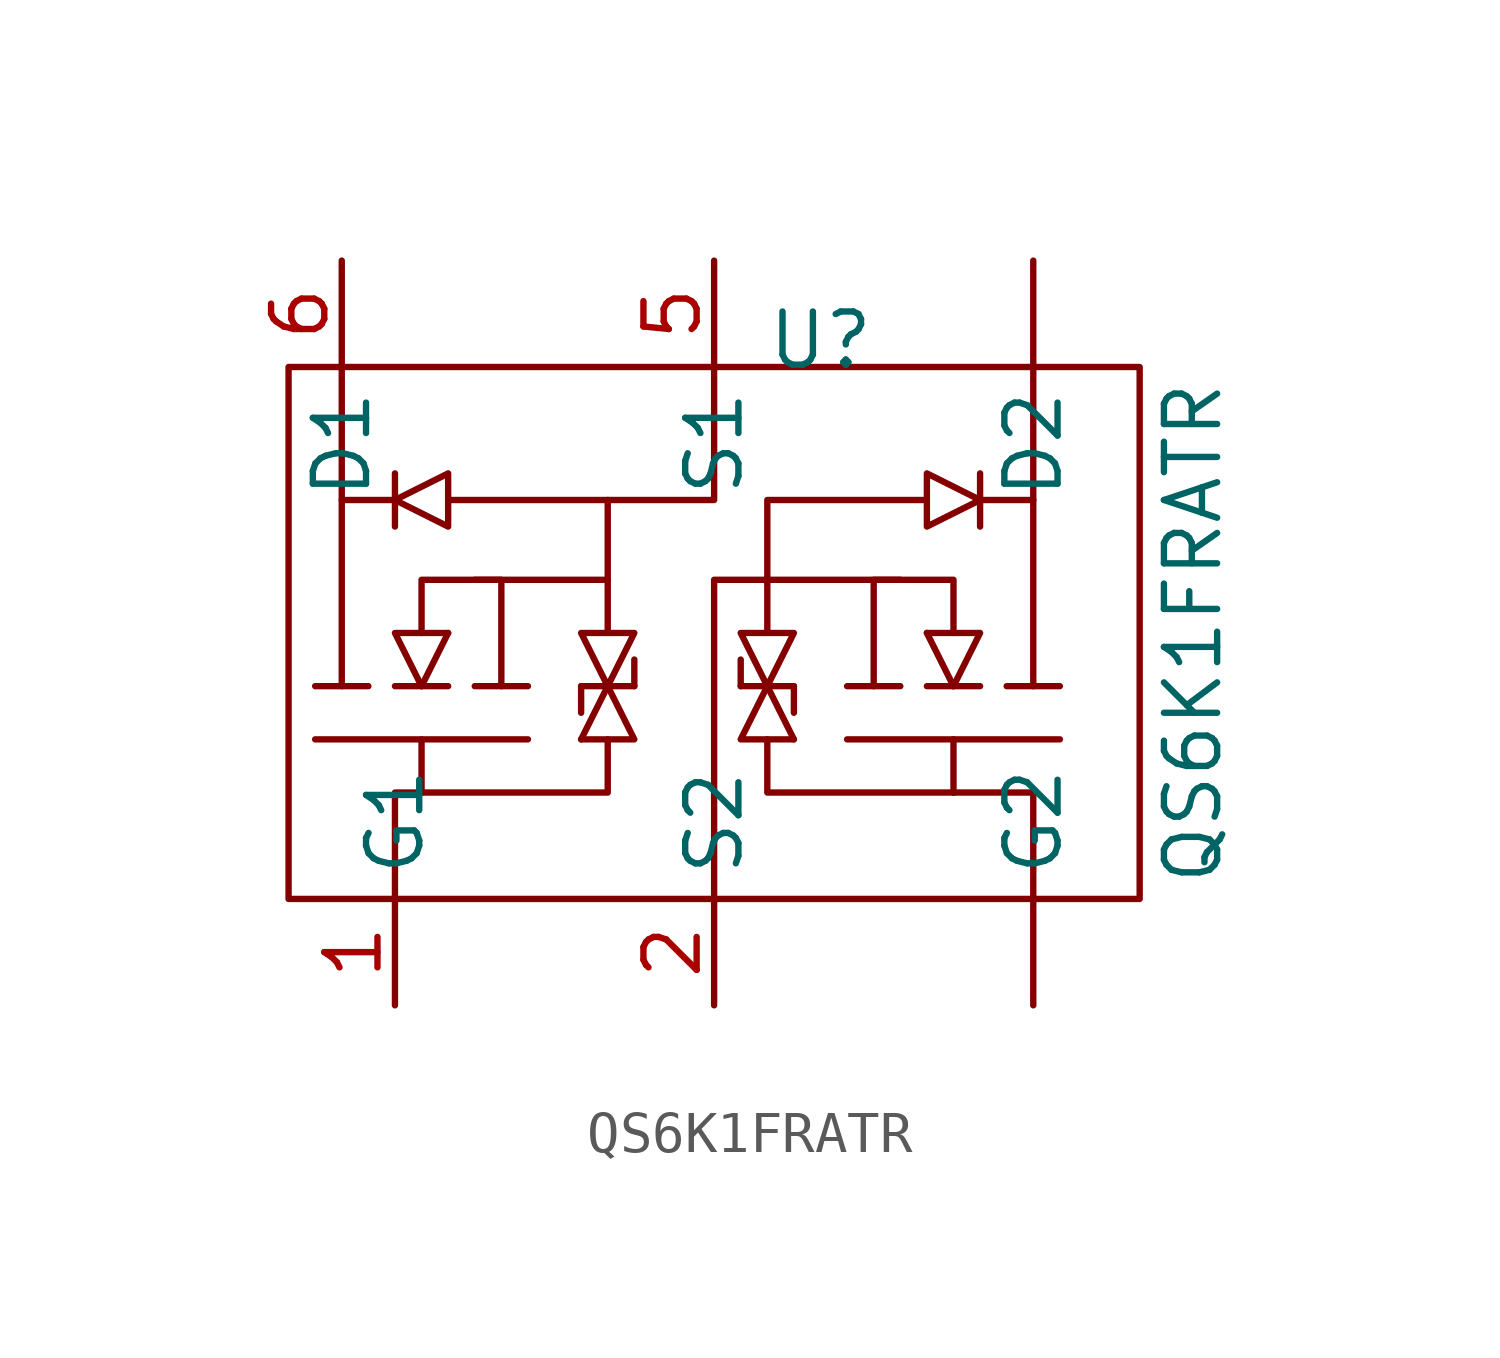
<source format=kicad_sym>
(kicad_symbol_lib
  (version 20211014)
  (generator kicad_symbol_editor)
  (symbol "QS6K1FRATR"
    (property "Reference" "U"
      (at 3.81 9.525 0)
      (effects (font (size 1.27 1.27))))
    (property "Value" "QS6K1FRATR"
      (at 12.7 2.54 90)
      (effects (font (size 1.27 1.27))))
    (symbol "QS6K1FRATR_0_1"
      (rectangle (start -8.89 8.89) (end 11.43 -3.81) (stroke (width 0) (type default) (color 0 0 0 0)) (fill (type none)))
      (polyline (pts (xy -8.255 0) (xy -3.175 0)) (stroke (width 0) (type default) (color 0 0 0 0)) (fill (type none)))
      (polyline (pts (xy -8.255 1.27) (xy -6.985 1.27)) (stroke (width 0) (type default) (color 0 0 0 0)) (fill (type none)))
      (polyline (pts (xy -7.62 1.27) (xy -7.62 8.89)) (stroke (width 0) (type default) (color 0 0 0 0)) (fill (type none)))
      (polyline (pts (xy -6.35 5.08) (xy -6.35 6.35)) (stroke (width 0) (type default) (color 0 0 0 0)) (fill (type none)))
      (polyline (pts (xy -6.35 5.715) (xy -7.62 5.715)) (stroke (width 0) (type default) (color 0 0 0 0)) (fill (type none)))
      (polyline (pts (xy -5.715 0) (xy -5.715 -1.27)) (stroke (width 0) (type default) (color 0 0 0 0)) (fill (type none)))
      (polyline (pts (xy -5.715 1.27) (xy -5.08 2.54)) (stroke (width 0) (type default) (color 0 0 0 0)) (fill (type none)))
      (polyline (pts (xy -5.08 1.27) (xy -6.35 1.27)) (stroke (width 0) (type default) (color 0 0 0 0)) (fill (type none)))
      (polyline (pts (xy -4.445 1.27) (xy -3.175 1.27)) (stroke (width 0) (type default) (color 0 0 0 0)) (fill (type none)))
      (polyline (pts (xy -1.905 1.27) (xy -1.905 0.635)) (stroke (width 0) (type default) (color 0 0 0 0)) (fill (type none)))
      (polyline (pts (xy -1.905 1.27) (xy -0.635 1.27)) (stroke (width 0) (type default) (color 0 0 0 0)) (fill (type none)))
      (polyline (pts (xy -1.27 1.27) (xy -1.905 0)) (stroke (width 0) (type default) (color 0 0 0 0)) (fill (type none)))
      (polyline (pts (xy -0.635 1.27) (xy -0.635 1.905)) (stroke (width 0) (type default) (color 0 0 0 0)) (fill (type none)))
      (polyline (pts (xy 1.905 1.27) (xy 1.905 1.905)) (stroke (width 0) (type default) (color 0 0 0 0)) (fill (type none)))
      (polyline (pts (xy 2.54 1.27) (xy 3.175 0)) (stroke (width 0) (type default) (color 0 0 0 0)) (fill (type none)))
      (polyline (pts (xy 3.175 1.27) (xy 1.905 1.27)) (stroke (width 0) (type default) (color 0 0 0 0)) (fill (type none)))
      (polyline (pts (xy 3.175 1.27) (xy 3.175 0.635)) (stroke (width 0) (type default) (color 0 0 0 0)) (fill (type none)))
      (polyline (pts (xy 5.715 1.27) (xy 4.445 1.27)) (stroke (width 0) (type default) (color 0 0 0 0)) (fill (type none)))
      (polyline (pts (xy 6.35 1.27) (xy 7.62 1.27)) (stroke (width 0) (type default) (color 0 0 0 0)) (fill (type none)))
      (polyline (pts (xy 6.985 0) (xy 6.985 -1.27)) (stroke (width 0) (type default) (color 0 0 0 0)) (fill (type none)))
      (polyline (pts (xy 6.985 1.27) (xy 6.35 2.54)) (stroke (width 0) (type default) (color 0 0 0 0)) (fill (type none)))
      (polyline (pts (xy 7.62 5.08) (xy 7.62 6.35)) (stroke (width 0) (type default) (color 0 0 0 0)) (fill (type none)))
      (polyline (pts (xy 7.62 5.715) (xy 8.89 5.715)) (stroke (width 0) (type default) (color 0 0 0 0)) (fill (type none)))
      (polyline (pts (xy 8.89 1.27) (xy 8.89 8.89)) (stroke (width 0) (type default) (color 0 0 0 0)) (fill (type none)))
      (polyline (pts (xy 9.525 0) (xy 4.445 0)) (stroke (width 0) (type default) (color 0 0 0 0)) (fill (type none)))
      (polyline (pts (xy 9.525 1.27) (xy 8.255 1.27)) (stroke (width 0) (type default) (color 0 0 0 0)) (fill (type none)))
      (polyline (pts (xy -5.715 -1.27) (xy -6.35 -1.27) (xy -6.35 -3.81)) (stroke (width 0) (type default) (color 0 0 0 0)) (fill (type none)))
      (polyline (pts (xy -5.715 1.27) (xy -6.35 2.54) (xy -5.08 2.54)) (stroke (width 0) (type default) (color 0 0 0 0)) (fill (type none)))
      (polyline (pts (xy -1.27 0) (xy -1.27 -1.27) (xy -5.715 -1.27)) (stroke (width 0) (type default) (color 0 0 0 0)) (fill (type none)))
      (polyline (pts (xy -1.27 1.27) (xy -0.635 0) (xy -1.905 0)) (stroke (width 0) (type default) (color 0 0 0 0)) (fill (type none)))
      (polyline (pts (xy 1.27 -3.81) (xy 1.27 3.81) (xy 2.54 3.81)) (stroke (width 0) (type default) (color 0 0 0 0)) (fill (type none)))
      (polyline (pts (xy 1.27 8.89) (xy 1.27 5.715) (xy -1.27 5.715)) (stroke (width 0) (type default) (color 0 0 0 0)) (fill (type none)))
      (polyline (pts (xy 2.54 0) (xy 2.54 -1.27) (xy 6.985 -1.27)) (stroke (width 0) (type default) (color 0 0 0 0)) (fill (type none)))
      (polyline (pts (xy 2.54 1.27) (xy 1.905 0) (xy 3.175 0)) (stroke (width 0) (type default) (color 0 0 0 0)) (fill (type none)))
      (polyline (pts (xy 6.985 -1.27) (xy 8.89 -1.27) (xy 8.89 -3.81)) (stroke (width 0) (type default) (color 0 0 0 0)) (fill (type none)))
      (polyline (pts (xy 6.985 1.27) (xy 7.62 2.54) (xy 6.35 2.54)) (stroke (width 0) (type default) (color 0 0 0 0)) (fill (type none)))
      (polyline (pts (xy -5.715 2.54) (xy -5.715 3.81) (xy -3.81 3.81) (xy -3.81 1.27)) (stroke (width 0) (type default) (color 0 0 0 0)) (fill (type none)))
      (polyline (pts (xy 6.985 2.54) (xy 6.985 3.81) (xy 5.08 3.81) (xy 5.08 1.27)) (stroke (width 0) (type default) (color 0 0 0 0)) (fill (type none)))
      (polyline (pts (xy -4.445 3.81) (xy -1.27 3.81) (xy -1.27 2.54) (xy -1.905 2.54) (xy -1.27 1.27) (xy -0.635 2.54) (xy -1.27 2.54)) (stroke (width 0) (type default) (color 0 0 0 0)) (fill (type none)))
      (polyline (pts (xy -1.27 3.81) (xy -1.27 5.715) (xy -5.08 5.715) (xy -5.08 6.35) (xy -6.35 5.715) (xy -5.08 5.08) (xy -5.08 5.715)) (stroke (width 0) (type default) (color 0 0 0 0)) (fill (type none)))
      (polyline (pts (xy 2.54 3.81) (xy 2.54 5.715) (xy 6.35 5.715) (xy 6.35 6.35) (xy 7.62 5.715) (xy 6.35 5.08) (xy 6.35 5.715)) (stroke (width 0) (type default) (color 0 0 0 0)) (fill (type none)))
      (polyline (pts (xy 5.715 3.81) (xy 2.54 3.81) (xy 2.54 2.54) (xy 3.175 2.54) (xy 2.54 1.27) (xy 1.905 2.54) (xy 2.54 2.54)) (stroke (width 0) (type default) (color 0 0 0 0)) (fill (type none))))
    (symbol "QS6K1FRATR_1_1"
      (pin input line (at 8.89 11.43 270) (length 2.54) (name "D2" (effects (font (size 1.27 1.27)))) (number "" (effects (font (size 1.27 1.27)))))
      (pin input line (at 8.89 -6.35 90) (length 2.54) (name "G2" (effects (font (size 1.27 1.27)))) (number "" (effects (font (size 1.27 1.27)))))
      (pin input line (at -6.35 -6.35 90) (length 2.54) (name "G1" (effects (font (size 1.27 1.27)))) (number "1" (effects (font (size 1.27 1.27)))))
      (pin input line (at 1.27 -6.35 90) (length 2.54) (name "S2" (effects (font (size 1.27 1.27)))) (number "2" (effects (font (size 1.27 1.27)))))
      (pin input line (at 1.27 11.43 270) (length 2.54) (name "S1" (effects (font (size 1.27 1.27)))) (number "5" (effects (font (size 1.27 1.27)))))
      (pin input line (at -7.62 11.43 270) (length 2.54) (name "D1" (effects (font (size 1.27 1.27)))) (number "6" (effects (font (size 1.27 1.27))))))))
</source>
